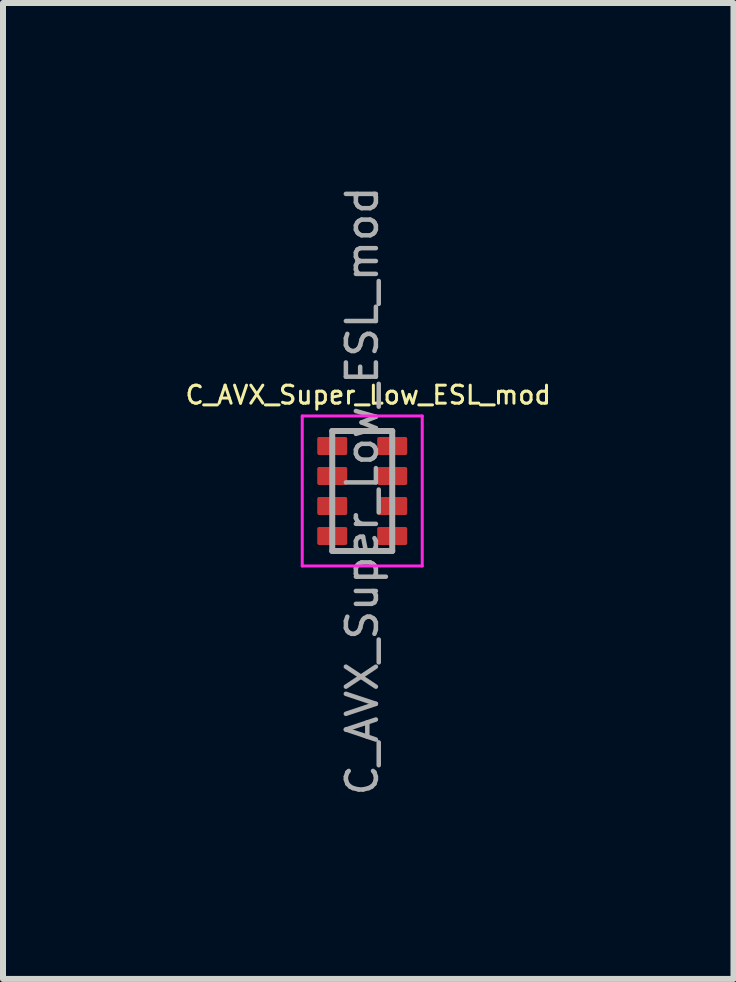
<source format=kicad_pcb>
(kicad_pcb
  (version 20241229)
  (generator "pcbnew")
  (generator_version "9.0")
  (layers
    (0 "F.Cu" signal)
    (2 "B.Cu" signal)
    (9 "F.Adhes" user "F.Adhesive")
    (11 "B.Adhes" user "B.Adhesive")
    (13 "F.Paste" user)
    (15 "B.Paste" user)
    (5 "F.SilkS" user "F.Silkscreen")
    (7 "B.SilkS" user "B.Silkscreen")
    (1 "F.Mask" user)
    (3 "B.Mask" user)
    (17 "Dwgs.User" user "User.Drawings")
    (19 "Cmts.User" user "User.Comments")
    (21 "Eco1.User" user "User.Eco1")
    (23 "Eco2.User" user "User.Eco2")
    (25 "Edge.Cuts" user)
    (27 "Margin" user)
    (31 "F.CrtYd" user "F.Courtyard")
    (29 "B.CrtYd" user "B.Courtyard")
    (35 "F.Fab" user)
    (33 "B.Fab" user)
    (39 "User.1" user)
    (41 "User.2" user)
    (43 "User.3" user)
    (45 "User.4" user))
  (footprint "C_AVX_Super_Low_ESL_mod"
    (layer "F.Cu")
    (at 2.988 5.134)
    (property "Reference" "C_AVX_Super_Low_ESL_mod" (at 0.1 -1.6 0) (layer "F.SilkS") (effects (font (size 0.3 0.3) (thickness 0.05))))
    (attr smd)
    (fp_line (start -1 -1.25) (end -1 1.25) (stroke (width 0.05) (type solid)) (layer "F.CrtYd"))
    (fp_line (start -1 -1.25) (end 1 -1.25) (stroke (width 0.05) (type solid)) (layer "F.CrtYd"))
    (fp_line (start 1 1.25) (end -1 1.25) (stroke (width 0.05) (type solid)) (layer "F.CrtYd"))
    (fp_line (start 1 1.25) (end 1 -1.25) (stroke (width 0.05) (type solid)) (layer "F.CrtYd"))
    (fp_line (start -0.5 -1) (end 0.5 -1) (stroke (width 0.1) (type solid)) (layer "F.Fab"))
    (fp_line (start -0.5 1) (end -0.5 -1) (stroke (width 0.1) (type solid)) (layer "F.Fab"))
    (fp_line (start 0.5 -1) (end 0.5 1) (stroke (width 0.1) (type solid)) (layer "F.Fab"))
    (fp_line (start 0.5 1) (end -0.5 1) (stroke (width 0.1) (type solid)) (layer "F.Fab"))
    (fp_text user "${REFERENCE}" (at 0 0 270) (layer "F.Fab") (effects (font (size 0.5 0.5) (thickness 0.075))))
    (pad "1" smd roundrect (at -0.5 -0.75) (size 0.5 0.3) (layers "F.Cu" "F.Mask" "F.Paste") (roundrect_rratio 0.1))
    (pad "1" smd roundrect (at -0.5 0.25) (size 0.5 0.3) (layers "F.Cu" "F.Mask" "F.Paste") (roundrect_rratio 0.1))
    (pad "1" smd roundrect (at 0.5 -0.25) (size 0.5 0.3) (layers "F.Cu" "F.Mask" "F.Paste") (roundrect_rratio 0.1))
    (pad "1" smd roundrect (at 0.5 0.75) (size 0.5 0.3) (layers "F.Cu" "F.Mask" "F.Paste") (roundrect_rratio 0.1))
    (pad "2" smd roundrect (at -0.5 -0.25) (size 0.5 0.3) (layers "F.Cu" "F.Mask" "F.Paste") (roundrect_rratio 0.1))
    (pad "2" smd roundrect (at -0.5 0.75) (size 0.5 0.3) (layers "F.Cu" "F.Mask" "F.Paste") (roundrect_rratio 0.1))
    (pad "2" smd roundrect (at 0.5 -0.75) (size 0.5 0.3) (layers "F.Cu" "F.Mask" "F.Paste") (roundrect_rratio 0.1))
    (pad "2" smd roundrect (at 0.5 0.25) (size 0.5 0.3) (layers "F.Cu" "F.Mask" "F.Paste") (roundrect_rratio 0.1)))
  (gr_rect
    (start -3 -3)
    (end 9.176 13.268)
    (stroke (width 0.1) (type default))
    (fill no)
    (layer "Edge.Cuts")))
</source>
